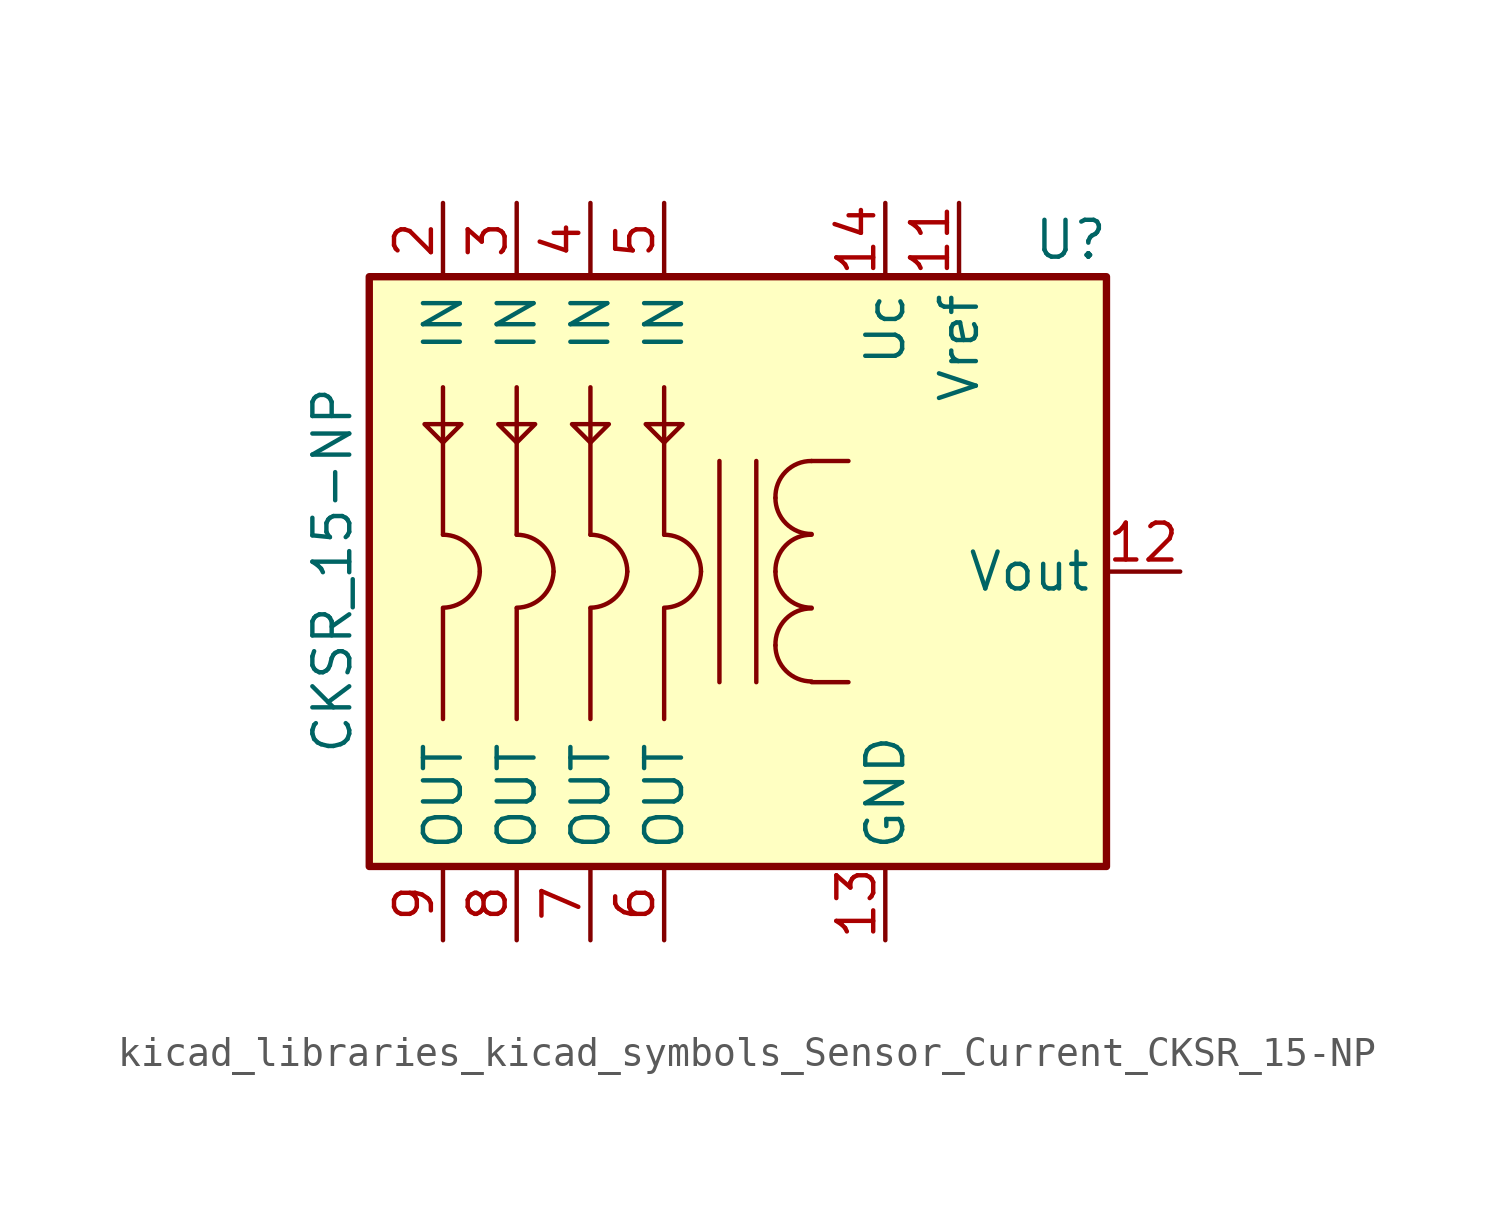
<source format=kicad_sym>
(kicad_symbol_lib
  (version 20220914)
  (generator kicad_symbol_editor)
  (symbol "kicad_libraries_kicad_symbols_Sensor_Current_CKSR_15-NP"
    (property "Reference" "U"
      (at 10.16 11.43 0)
      (effects (font (size 1.27 1.27)) (justify left)))
    (property "Value" "CKSR_15-NP"
      (at -13.97 -6.35 90)
      (effects (font (size 1.27 1.27)) (justify left)))
    (symbol "kicad_libraries_kicad_symbols_Sensor_Current_CKSR_15-NP_0_1"
      (rectangle (start -12.7 10.16) (end 12.7 -10.16) (stroke (width 0.254) (type default)) (fill (type background)))
      (polyline (pts (xy -10.16 -1.27) (xy -10.16 -5.08)) (stroke (width 0) (type default)) (fill (type none)))
      (polyline (pts (xy -10.16 1.27) (xy -10.16 6.35)) (stroke (width 0) (type default)) (fill (type none)))
      (polyline (pts (xy -7.62 -1.27) (xy -7.62 -5.08)) (stroke (width 0) (type default)) (fill (type none)))
      (polyline (pts (xy -7.62 1.27) (xy -7.62 6.35)) (stroke (width 0) (type default)) (fill (type none)))
      (polyline (pts (xy -5.08 -1.27) (xy -5.08 -5.08)) (stroke (width 0) (type default)) (fill (type none)))
      (polyline (pts (xy -5.08 1.27) (xy -5.08 6.35)) (stroke (width 0) (type default)) (fill (type none)))
      (polyline (pts (xy -2.54 -1.27) (xy -2.54 -5.08)) (stroke (width 0) (type default)) (fill (type none)))
      (polyline (pts (xy -2.54 1.27) (xy -2.54 6.35)) (stroke (width 0) (type default)) (fill (type none)))
      (polyline (pts (xy 2.54 -3.81) (xy 3.81 -3.81)) (stroke (width 0) (type default)) (fill (type none)))
      (polyline (pts (xy 2.54 3.81) (xy 3.81 3.81)) (stroke (width 0) (type default)) (fill (type none)))
      (polyline (pts (xy -9.525 5.08) (xy -10.795 5.08) (xy -10.16 4.445) (xy -9.525 5.08)) (stroke (width 0) (type default)) (fill (type none)))
      (polyline (pts (xy -6.985 5.08) (xy -8.255 5.08) (xy -7.62 4.445) (xy -6.985 5.08)) (stroke (width 0) (type default)) (fill (type none)))
      (polyline (pts (xy -4.445 5.08) (xy -5.715 5.08) (xy -5.08 4.445) (xy -4.445 5.08)) (stroke (width 0) (type default)) (fill (type none)))
      (polyline (pts (xy -1.905 5.08) (xy -2.54 4.445) (xy -3.175 5.08) (xy -1.905 5.08)) (stroke (width 0) (type default)) (fill (type none))))
    (symbol "kicad_libraries_kicad_symbols_Sensor_Current_CKSR_15-NP_1_1"
      (arc (start -10.16 -1.2446) (mid -9.2799 -0.8801) (end -8.89 0) (stroke (width 0) (type default)) (fill (type none)))
      (arc (start -8.89 0) (mid -9.262 0.898) (end -10.16 1.27) (stroke (width 0) (type default)) (fill (type none)))
      (arc (start -7.62 -1.2446) (mid -6.7399 -0.8801) (end -6.35 0) (stroke (width 0) (type default)) (fill (type none)))
      (arc (start -6.35 0) (mid -6.722 0.898) (end -7.62 1.27) (stroke (width 0) (type default)) (fill (type none)))
      (arc (start -5.08 -1.2446) (mid -4.1999 -0.8801) (end -3.81 0) (stroke (width 0) (type default)) (fill (type none)))
      (arc (start -3.81 0) (mid -4.182 0.898) (end -5.08 1.27) (stroke (width 0) (type default)) (fill (type none)))
      (arc (start -2.54 -1.2446) (mid -1.6599 -0.8801) (end -1.27 0) (stroke (width 0) (type default)) (fill (type none)))
      (arc (start -1.27 0) (mid -1.642 0.898) (end -2.54 1.27) (stroke (width 0) (type default)) (fill (type none)))
      (polyline (pts (xy -0.635 3.81) (xy -0.635 -3.81)) (stroke (width 0) (type default)) (fill (type none)))
      (polyline (pts (xy 0.635 -3.81) (xy 0.635 3.81)) (stroke (width 0) (type default)) (fill (type none)))
      (arc (start 1.2954 -2.54) (mid 1.6599 -3.4201) (end 2.54 -3.7846) (stroke (width 0) (type default)) (fill (type none)))
      (arc (start 1.2954 0) (mid 1.6599 -0.8801) (end 2.54 -1.2446) (stroke (width 0) (type default)) (fill (type none)))
      (arc (start 1.2954 2.54) (mid 1.6599 1.6599) (end 2.54 1.2954) (stroke (width 0) (type default)) (fill (type none)))
      (arc (start 2.54 -1.27) (mid 1.642 -1.642) (end 1.2954 -2.54) (stroke (width 0) (type default)) (fill (type none)))
      (arc (start 2.54 1.27) (mid 1.642 0.898) (end 1.2954 0) (stroke (width 0) (type default)) (fill (type none)))
      (arc (start 2.54 3.81) (mid 1.642 3.438) (end 1.2954 2.54) (stroke (width 0) (type default)) (fill (type none)))
      (pin bidirectional line (at 7.62 12.7 270) (length 2.54) (name "Vref" (effects (font (size 1.27 1.27)))) (number "11" (effects (font (size 1.27 1.27)))))
      (pin output line (at 15.24 0 180) (length 2.54) (name "Vout" (effects (font (size 1.27 1.27)))) (number "12" (effects (font (size 1.27 1.27)))))
      (pin power_in line (at 5.08 -12.7 90) (length 2.54) (name "GND" (effects (font (size 1.27 1.27)))) (number "13" (effects (font (size 1.27 1.27)))))
      (pin power_in line (at 5.08 12.7 270) (length 2.54) (name "Uc" (effects (font (size 1.27 1.27)))) (number "14" (effects (font (size 1.27 1.27)))))
      (pin passive line (at -10.16 12.7 270) (length 2.54) (name "IN" (effects (font (size 1.27 1.27)))) (number "2" (effects (font (size 1.27 1.27)))))
      (pin passive line (at -7.62 12.7 270) (length 2.54) (name "IN" (effects (font (size 1.27 1.27)))) (number "3" (effects (font (size 1.27 1.27)))))
      (pin passive line (at -5.08 12.7 270) (length 2.54) (name "IN" (effects (font (size 1.27 1.27)))) (number "4" (effects (font (size 1.27 1.27)))))
      (pin passive line (at -2.54 12.7 270) (length 2.54) (name "IN" (effects (font (size 1.27 1.27)))) (number "5" (effects (font (size 1.27 1.27)))))
      (pin passive line (at -2.54 -12.7 90) (length 2.54) (name "OUT" (effects (font (size 1.27 1.27)))) (number "6" (effects (font (size 1.27 1.27)))))
      (pin passive line (at -5.08 -12.7 90) (length 2.54) (name "OUT" (effects (font (size 1.27 1.27)))) (number "7" (effects (font (size 1.27 1.27)))))
      (pin passive line (at -7.62 -12.7 90) (length 2.54) (name "OUT" (effects (font (size 1.27 1.27)))) (number "8" (effects (font (size 1.27 1.27)))))
      (pin passive line (at -10.16 -12.7 90) (length 2.54) (name "OUT" (effects (font (size 1.27 1.27)))) (number "9" (effects (font (size 1.27 1.27))))))))
</source>
